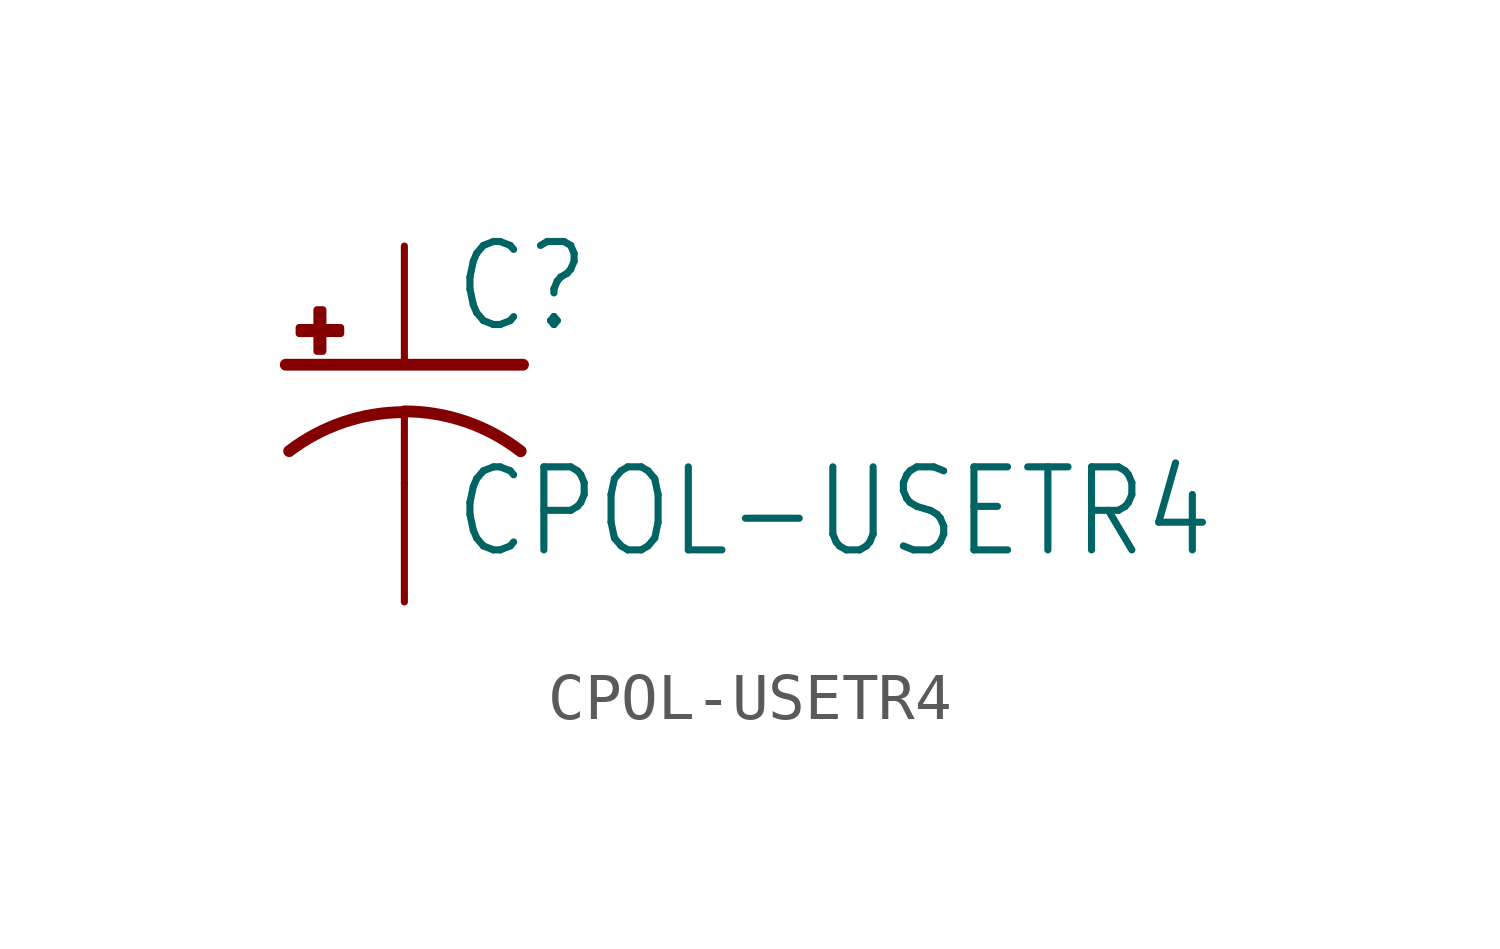
<source format=kicad_sym>
(kicad_symbol_lib
  (version 20211014)
  (generator kicad_symbol_editor)
  (symbol "CPOL-USETR4"
    (property "Reference" "C"
      (at 1.016 0.635 0)
      (effects (font (size 1.778 1.511)) (justify left bottom)))
    (property "Value" "CPOL-USETR4"
      (at 1.016 -4.191 0)
      (effects (font (size 1.778 1.511)) (justify left bottom)))
    (property "ki_locked" ""
      (at 0 0 0)
      (effects (font (size 1.27 1.27))))
    (symbol "CPOL-USETR4_1_0"
      (rectangle (start -2.253 0.668) (end -1.364 0.795) (stroke (width 0) (type default) (color 0 0 0 0)) (fill (type outline)))
      (rectangle (start -1.872 0.287) (end -1.745 1.176) (stroke (width 0) (type default) (color 0 0 0 0)) (fill (type outline)))
      (arc (start 0 -1.0161) (mid -1.3021 -1.2302) (end -2.4669 -1.8504) (stroke (width 0.254) (type default) (color 0 0 0 0)) (fill (type none)))
      (polyline (pts (xy -2.54 0) (xy 2.54 0)) (stroke (width 0.254) (type default) (color 0 0 0 0)) (fill (type none)))
      (polyline (pts (xy 0 -1.016) (xy 0 -2.54)) (stroke (width 0.152) (type default) (color 0 0 0 0)) (fill (type none)))
      (arc (start 2.4892 -1.8542) (mid 1.3158 -1.2195) (end 0 -1) (stroke (width 0.254) (type default) (color 0 0 0 0)) (fill (type none)))
      (pin passive line (at 0 2.54 270) (length 2.54) (name "+" (effects (font (size 0 0)))) (number "+" (effects (font (size 0 0)))))
      (pin passive line (at 0 -5.08 90) (length 2.54) (name "-" (effects (font (size 0 0)))) (number "-" (effects (font (size 0 0))))))))
</source>
